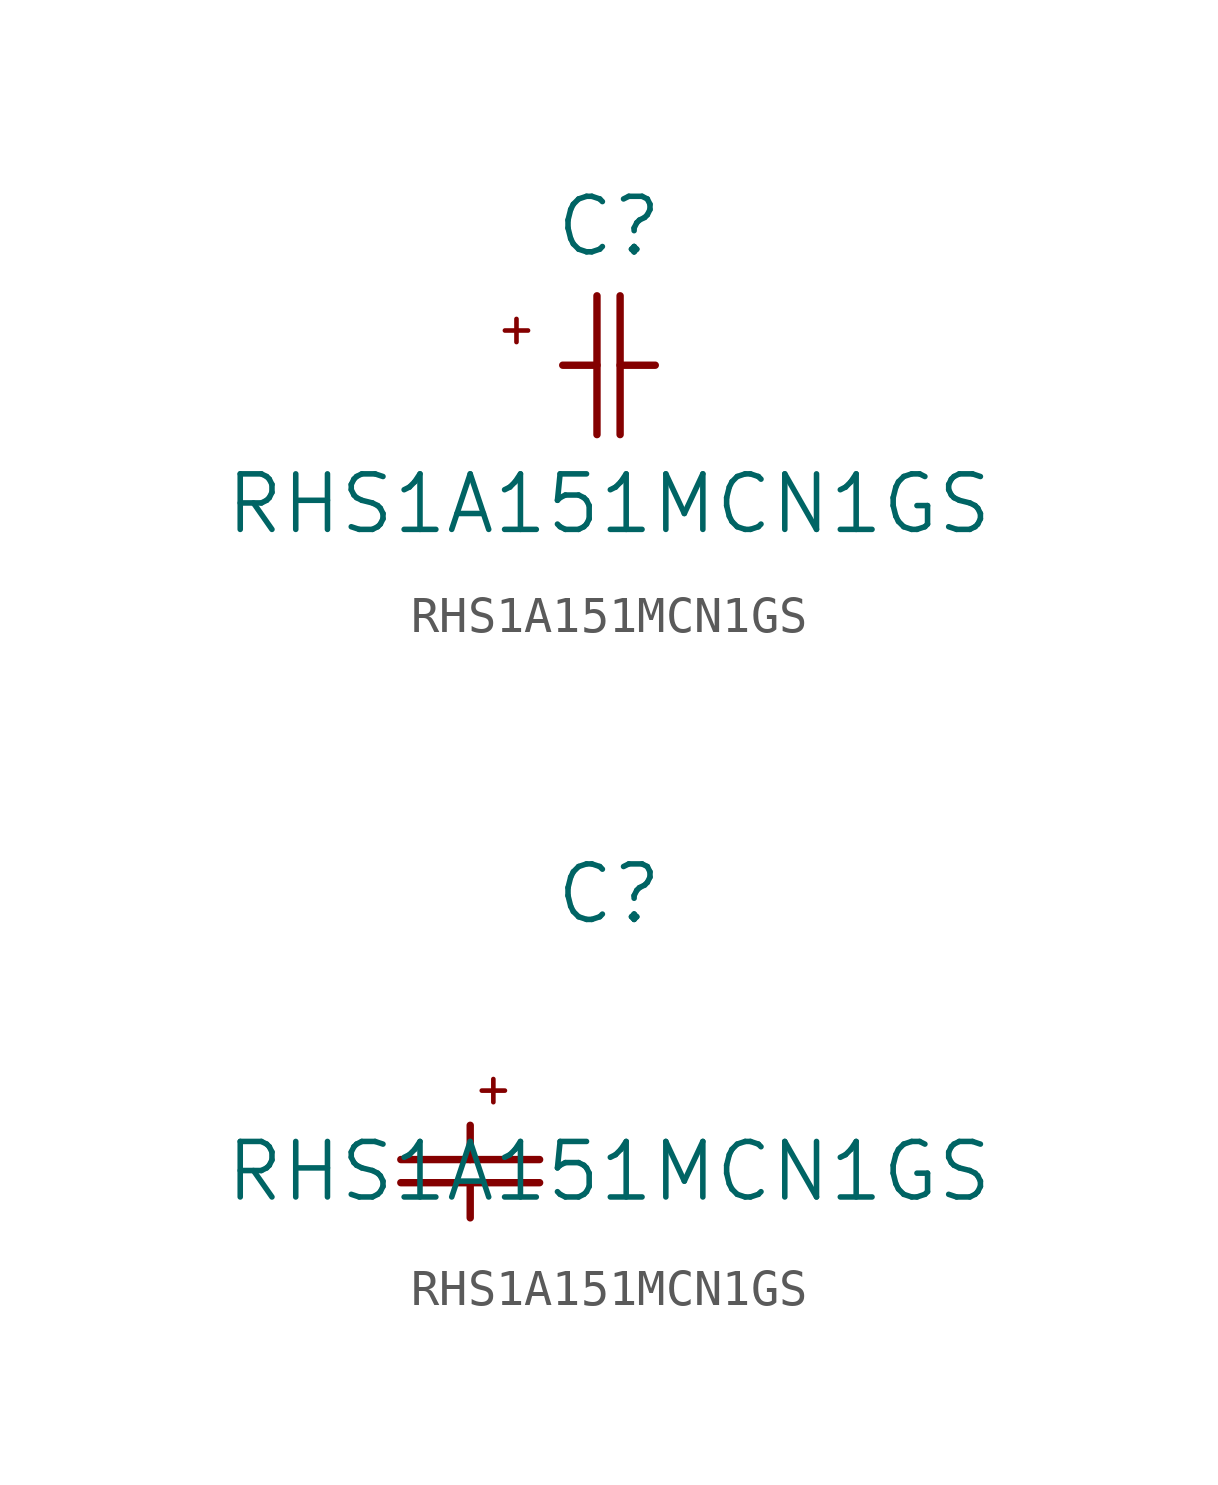
<source format=kicad_sym>
(kicad_symbol_lib
  (version 20211014)
  (generator kicad_symbol_editor)
  (symbol "RHS1A151MCN1GS"
    (pin_names
      (offset 0.254))
    (property "Reference" "C"
      (at 3.81 3.81 0)
      (effects (font (size 1.524 1.524))))
    (property "Value" "RHS1A151MCN1GS"
      (at 3.81 -3.81 0)
      (effects (font (size 1.524 1.524))))
    (symbol "RHS1A151MCN1GS_1_1"
      (polyline (pts (xy 3.48 -1.905) (xy 3.48 1.905)) (stroke (width .2032) (type default) (color 0 0 0 0)) (fill (type none)))
      (polyline (pts (xy 4.115 -1.905) (xy 4.115 1.905)) (stroke (width .2032) (type default) (color 0 0 0 0)) (fill (type none)))
      (polyline (pts (xy 4.115 0) (xy 5.08 0)) (stroke (width .2032) (type default) (color 0 0 0 0)) (fill (type none)))
      (polyline (pts (xy 2.54 0) (xy 3.48 0)) (stroke (width .2032) (type default) (color 0 0 0 0)) (fill (type none)))
      (polyline (pts (xy 1.27 1.27) (xy 1.27 .635)) (stroke (width .127) (type default) (color 0 0 0 0)) (fill (type none)))
      (polyline (pts (xy .9525 .9525) (xy 1.587 .9525)) (stroke (width .127) (type default) (color 0 0 0 0)) (fill (type none))))
    (symbol "RHS1A151MCN1GS_1_2"
      (polyline (pts (xy -1.905 -3.48) (xy 1.905 -3.48)) (stroke (width .2032) (type default) (color 0 0 0 0)) (fill (type none)))
      (polyline (pts (xy -1.905 -4.115) (xy 1.905 -4.115)) (stroke (width .2032) (type default) (color 0 0 0 0)) (fill (type none)))
      (polyline (pts (xy 0 -4.115) (xy 0 -5.08)) (stroke (width .2032) (type default) (color 0 0 0 0)) (fill (type none)))
      (polyline (pts (xy 0 -2.54) (xy 0 -3.48)) (stroke (width .2032) (type default) (color 0 0 0 0)) (fill (type none)))
      (polyline (pts (xy .635 -1.27) (xy .635 -1.905)) (stroke (width .127) (type default) (color 0 0 0 0)) (fill (type none)))
      (polyline (pts (xy .3175 -1.587) (xy .9525 -1.587)) (stroke (width .127) (type default) (color 0 0 0 0)) (fill (type none))))))
</source>
